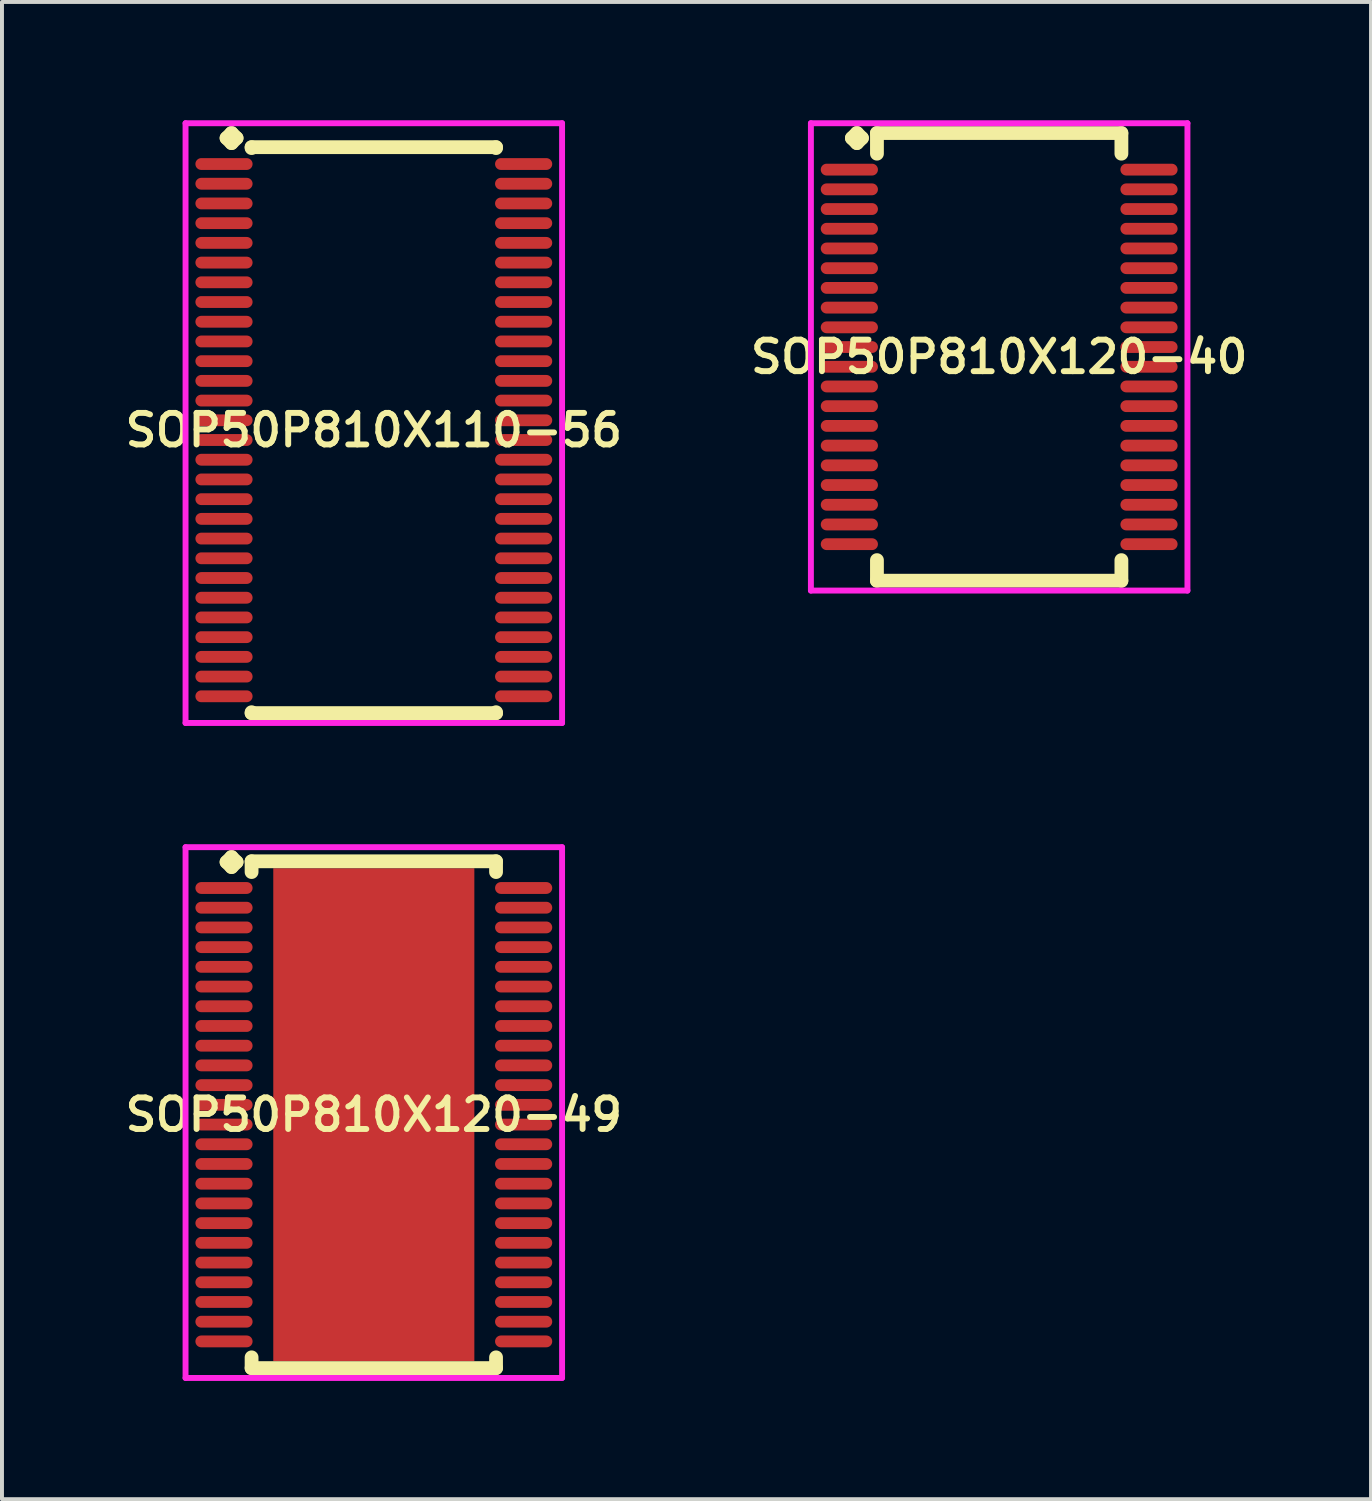
<source format=kicad_pcb>
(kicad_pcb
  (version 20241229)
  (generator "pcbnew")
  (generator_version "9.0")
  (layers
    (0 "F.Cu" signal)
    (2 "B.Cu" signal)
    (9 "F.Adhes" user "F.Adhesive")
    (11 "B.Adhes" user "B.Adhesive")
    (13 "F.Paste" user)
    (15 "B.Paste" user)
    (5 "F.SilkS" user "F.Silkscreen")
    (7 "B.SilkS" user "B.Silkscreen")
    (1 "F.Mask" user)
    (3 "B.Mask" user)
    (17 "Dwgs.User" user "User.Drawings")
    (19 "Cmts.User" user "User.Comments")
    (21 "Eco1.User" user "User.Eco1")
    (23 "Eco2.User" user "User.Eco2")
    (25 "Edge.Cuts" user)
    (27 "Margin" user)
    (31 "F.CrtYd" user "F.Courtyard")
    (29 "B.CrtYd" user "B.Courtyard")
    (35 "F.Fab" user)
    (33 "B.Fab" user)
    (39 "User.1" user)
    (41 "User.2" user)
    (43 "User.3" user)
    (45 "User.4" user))
  (footprint "SOP50P810X110-56"
    (layer "F.Cu")
    (at 6.431 7.86)
    (property "Reference" "SOP50P810X110-56" (at 0 0 0) (layer "F.SilkS") (effects (font (size 0.8 0.8) (thickness 0.15))))
    (attr smd)
    (fp_line (start -3.735 -7.408) (end -3.608 -7.535) (stroke (width 0.35) (type solid)) (layer "F.SilkS"))
    (fp_line (start -3.608 -7.535) (end -3.481 -7.408) (stroke (width 0.35) (type solid)) (layer "F.SilkS"))
    (fp_line (start -3.608 -7.281) (end -3.735 -7.408) (stroke (width 0.35) (type solid)) (layer "F.SilkS"))
    (fp_line (start -3.481 -7.408) (end -3.608 -7.281) (stroke (width 0.35) (type solid)) (layer "F.SilkS"))
    (fp_line (start -3.1 -7.177) (end 3.1 -7.177) (stroke (width 0.35) (type solid)) (layer "F.SilkS"))
    (fp_line (start -3.1 -7.154) (end -3.1 -7.177) (stroke (width 0.35) (type solid)) (layer "F.SilkS"))
    (fp_line (start -3.1 7.154) (end -3.1 7.177) (stroke (width 0.35) (type solid)) (layer "F.SilkS"))
    (fp_line (start -3.1 7.177) (end 3.1 7.177) (stroke (width 0.35) (type solid)) (layer "F.SilkS"))
    (fp_line (start 3.1 -7.177) (end 3.1 -7.154) (stroke (width 0.35) (type solid)) (layer "F.SilkS"))
    (fp_line (start 3.1 7.177) (end 3.1 7.154) (stroke (width 0.35) (type solid)) (layer "F.SilkS"))
    (fp_line (start -4.775 -7.785) (end 4.775 -7.785) (stroke (width 0.15) (type solid)) (layer "F.CrtYd"))
    (fp_line (start -4.775 7.427) (end -4.775 -7.785) (stroke (width 0.15) (type solid)) (layer "F.CrtYd"))
    (fp_line (start 4.775 -7.785) (end 4.775 7.427) (stroke (width 0.15) (type solid)) (layer "F.CrtYd"))
    (fp_line (start 4.775 7.427) (end -4.775 7.427) (stroke (width 0.15) (type solid)) (layer "F.CrtYd"))
    (pad "1" smd oval (at -3.8 -6.75) (size 1.45 0.3) (layers "F.Cu" "F.Mask" "F.Paste"))
    (pad "2" smd oval (at -3.8 -6.25) (size 1.45 0.3) (layers "F.Cu" "F.Mask" "F.Paste"))
    (pad "3" smd oval (at -3.8 -5.75) (size 1.45 0.3) (layers "F.Cu" "F.Mask" "F.Paste"))
    (pad "4" smd oval (at -3.8 -5.25) (size 1.45 0.3) (layers "F.Cu" "F.Mask" "F.Paste"))
    (pad "5" smd oval (at -3.8 -4.75) (size 1.45 0.3) (layers "F.Cu" "F.Mask" "F.Paste"))
    (pad "6" smd oval (at -3.8 -4.25) (size 1.45 0.3) (layers "F.Cu" "F.Mask" "F.Paste"))
    (pad "7" smd oval (at -3.8 -3.75) (size 1.45 0.3) (layers "F.Cu" "F.Mask" "F.Paste"))
    (pad "8" smd oval (at -3.8 -3.25) (size 1.45 0.3) (layers "F.Cu" "F.Mask" "F.Paste"))
    (pad "9" smd oval (at -3.8 -2.75) (size 1.45 0.3) (layers "F.Cu" "F.Mask" "F.Paste"))
    (pad "10" smd oval (at -3.8 -2.25) (size 1.45 0.3) (layers "F.Cu" "F.Mask" "F.Paste"))
    (pad "11" smd oval (at -3.8 -1.75) (size 1.45 0.3) (layers "F.Cu" "F.Mask" "F.Paste"))
    (pad "12" smd oval (at -3.8 -1.25) (size 1.45 0.3) (layers "F.Cu" "F.Mask" "F.Paste"))
    (pad "13" smd oval (at -3.8 -0.75) (size 1.45 0.3) (layers "F.Cu" "F.Mask" "F.Paste"))
    (pad "14" smd oval (at -3.8 -0.25) (size 1.45 0.3) (layers "F.Cu" "F.Mask" "F.Paste"))
    (pad "15" smd oval (at -3.8 0.25) (size 1.45 0.3) (layers "F.Cu" "F.Mask" "F.Paste"))
    (pad "16" smd oval (at -3.8 0.75) (size 1.45 0.3) (layers "F.Cu" "F.Mask" "F.Paste"))
    (pad "17" smd oval (at -3.8 1.25) (size 1.45 0.3) (layers "F.Cu" "F.Mask" "F.Paste"))
    (pad "18" smd oval (at -3.8 1.75) (size 1.45 0.3) (layers "F.Cu" "F.Mask" "F.Paste"))
    (pad "19" smd oval (at -3.8 2.25) (size 1.45 0.3) (layers "F.Cu" "F.Mask" "F.Paste"))
    (pad "20" smd oval (at -3.8 2.75) (size 1.45 0.3) (layers "F.Cu" "F.Mask" "F.Paste"))
    (pad "21" smd oval (at -3.8 3.25) (size 1.45 0.3) (layers "F.Cu" "F.Mask" "F.Paste"))
    (pad "22" smd oval (at -3.8 3.75) (size 1.45 0.3) (layers "F.Cu" "F.Mask" "F.Paste"))
    (pad "23" smd oval (at -3.8 4.25) (size 1.45 0.3) (layers "F.Cu" "F.Mask" "F.Paste"))
    (pad "24" smd oval (at -3.8 4.75) (size 1.45 0.3) (layers "F.Cu" "F.Mask" "F.Paste"))
    (pad "25" smd oval (at -3.8 5.25) (size 1.45 0.3) (layers "F.Cu" "F.Mask" "F.Paste"))
    (pad "26" smd oval (at -3.8 5.75) (size 1.45 0.3) (layers "F.Cu" "F.Mask" "F.Paste"))
    (pad "27" smd oval (at -3.8 6.25) (size 1.45 0.3) (layers "F.Cu" "F.Mask" "F.Paste"))
    (pad "28" smd oval (at -3.8 6.75) (size 1.45 0.3) (layers "F.Cu" "F.Mask" "F.Paste"))
    (pad "29" smd oval (at 3.8 6.75) (size 1.45 0.3) (layers "F.Cu" "F.Mask" "F.Paste"))
    (pad "30" smd oval (at 3.8 6.25) (size 1.45 0.3) (layers "F.Cu" "F.Mask" "F.Paste"))
    (pad "31" smd oval (at 3.8 5.75) (size 1.45 0.3) (layers "F.Cu" "F.Mask" "F.Paste"))
    (pad "32" smd oval (at 3.8 5.25) (size 1.45 0.3) (layers "F.Cu" "F.Mask" "F.Paste"))
    (pad "33" smd oval (at 3.8 4.75) (size 1.45 0.3) (layers "F.Cu" "F.Mask" "F.Paste"))
    (pad "34" smd oval (at 3.8 4.25) (size 1.45 0.3) (layers "F.Cu" "F.Mask" "F.Paste"))
    (pad "35" smd oval (at 3.8 3.75) (size 1.45 0.3) (layers "F.Cu" "F.Mask" "F.Paste"))
    (pad "36" smd oval (at 3.8 3.25) (size 1.45 0.3) (layers "F.Cu" "F.Mask" "F.Paste"))
    (pad "37" smd oval (at 3.8 2.75) (size 1.45 0.3) (layers "F.Cu" "F.Mask" "F.Paste"))
    (pad "38" smd oval (at 3.8 2.25) (size 1.45 0.3) (layers "F.Cu" "F.Mask" "F.Paste"))
    (pad "39" smd oval (at 3.8 1.75) (size 1.45 0.3) (layers "F.Cu" "F.Mask" "F.Paste"))
    (pad "40" smd oval (at 3.8 1.25) (size 1.45 0.3) (layers "F.Cu" "F.Mask" "F.Paste"))
    (pad "41" smd oval (at 3.8 0.75) (size 1.45 0.3) (layers "F.Cu" "F.Mask" "F.Paste"))
    (pad "42" smd oval (at 3.8 0.25) (size 1.45 0.3) (layers "F.Cu" "F.Mask" "F.Paste"))
    (pad "43" smd oval (at 3.8 -0.25) (size 1.45 0.3) (layers "F.Cu" "F.Mask" "F.Paste"))
    (pad "44" smd oval (at 3.8 -0.75) (size 1.45 0.3) (layers "F.Cu" "F.Mask" "F.Paste"))
    (pad "45" smd oval (at 3.8 -1.25) (size 1.45 0.3) (layers "F.Cu" "F.Mask" "F.Paste"))
    (pad "46" smd oval (at 3.8 -1.75) (size 1.45 0.3) (layers "F.Cu" "F.Mask" "F.Paste"))
    (pad "47" smd oval (at 3.8 -2.25) (size 1.45 0.3) (layers "F.Cu" "F.Mask" "F.Paste"))
    (pad "48" smd oval (at 3.8 -2.75) (size 1.45 0.3) (layers "F.Cu" "F.Mask" "F.Paste"))
    (pad "49" smd oval (at 3.8 -3.25) (size 1.45 0.3) (layers "F.Cu" "F.Mask" "F.Paste"))
    (pad "50" smd oval (at 3.8 -3.75) (size 1.45 0.3) (layers "F.Cu" "F.Mask" "F.Paste"))
    (pad "51" smd oval (at 3.8 -4.25) (size 1.45 0.3) (layers "F.Cu" "F.Mask" "F.Paste"))
    (pad "52" smd oval (at 3.8 -4.75) (size 1.45 0.3) (layers "F.Cu" "F.Mask" "F.Paste"))
    (pad "53" smd oval (at 3.8 -5.25) (size 1.45 0.3) (layers "F.Cu" "F.Mask" "F.Paste"))
    (pad "54" smd oval (at 3.8 -5.75) (size 1.45 0.3) (layers "F.Cu" "F.Mask" "F.Paste"))
    (pad "55" smd oval (at 3.8 -6.25) (size 1.45 0.3) (layers "F.Cu" "F.Mask" "F.Paste"))
    (pad "56" smd oval (at 3.8 -6.75) (size 1.45 0.3) (layers "F.Cu" "F.Mask" "F.Paste")))
  (footprint "SOP50P810X120-49"
    (layer "F.Cu")
    (at 6.431 25.222)
    (property "Reference" "SOP50P810X120-49" (at 0 0 0) (layer "F.SilkS") (effects (font (size 0.8 0.8) (thickness 0.15))))
    (attr smd)
    (fp_line (start -3.735 -6.408) (end -3.608 -6.535) (stroke (width 0.35) (type solid)) (layer "F.SilkS"))
    (fp_line (start -3.608 -6.535) (end -3.481 -6.408) (stroke (width 0.35) (type solid)) (layer "F.SilkS"))
    (fp_line (start -3.608 -6.281) (end -3.735 -6.408) (stroke (width 0.35) (type solid)) (layer "F.SilkS"))
    (fp_line (start -3.481 -6.408) (end -3.608 -6.281) (stroke (width 0.35) (type solid)) (layer "F.SilkS"))
    (fp_line (start -3.1 -6.427) (end 3.1 -6.427) (stroke (width 0.35) (type solid)) (layer "F.SilkS"))
    (fp_line (start -3.1 -6.154) (end -3.1 -6.427) (stroke (width 0.35) (type solid)) (layer "F.SilkS"))
    (fp_line (start -3.1 6.154) (end -3.1 6.427) (stroke (width 0.35) (type solid)) (layer "F.SilkS"))
    (fp_line (start -3.1 6.427) (end 3.1 6.427) (stroke (width 0.35) (type solid)) (layer "F.SilkS"))
    (fp_line (start 3.1 -6.427) (end 3.1 -6.154) (stroke (width 0.35) (type solid)) (layer "F.SilkS"))
    (fp_line (start 3.1 6.427) (end 3.1 6.154) (stroke (width 0.35) (type solid)) (layer "F.SilkS"))
    (fp_line (start -4.775 -6.785) (end 4.775 -6.785) (stroke (width 0.15) (type solid)) (layer "F.CrtYd"))
    (fp_line (start -4.775 6.677) (end -4.775 -6.785) (stroke (width 0.15) (type solid)) (layer "F.CrtYd"))
    (fp_line (start 4.775 -6.785) (end 4.775 6.677) (stroke (width 0.15) (type solid)) (layer "F.CrtYd"))
    (fp_line (start 4.775 6.677) (end -4.775 6.677) (stroke (width 0.15) (type solid)) (layer "F.CrtYd"))
    (pad "1" smd oval (at -3.8 -5.75) (size 1.45 0.3) (layers "F.Cu" "F.Mask" "F.Paste"))
    (pad "2" smd oval (at -3.8 -5.25) (size 1.45 0.3) (layers "F.Cu" "F.Mask" "F.Paste"))
    (pad "3" smd oval (at -3.8 -4.75) (size 1.45 0.3) (layers "F.Cu" "F.Mask" "F.Paste"))
    (pad "4" smd oval (at -3.8 -4.25) (size 1.45 0.3) (layers "F.Cu" "F.Mask" "F.Paste"))
    (pad "5" smd oval (at -3.8 -3.75) (size 1.45 0.3) (layers "F.Cu" "F.Mask" "F.Paste"))
    (pad "6" smd oval (at -3.8 -3.25) (size 1.45 0.3) (layers "F.Cu" "F.Mask" "F.Paste"))
    (pad "7" smd oval (at -3.8 -2.75) (size 1.45 0.3) (layers "F.Cu" "F.Mask" "F.Paste"))
    (pad "8" smd oval (at -3.8 -2.25) (size 1.45 0.3) (layers "F.Cu" "F.Mask" "F.Paste"))
    (pad "9" smd oval (at -3.8 -1.75) (size 1.45 0.3) (layers "F.Cu" "F.Mask" "F.Paste"))
    (pad "10" smd oval (at -3.8 -1.25) (size 1.45 0.3) (layers "F.Cu" "F.Mask" "F.Paste"))
    (pad "11" smd oval (at -3.8 -0.75) (size 1.45 0.3) (layers "F.Cu" "F.Mask" "F.Paste"))
    (pad "12" smd oval (at -3.8 -0.25) (size 1.45 0.3) (layers "F.Cu" "F.Mask" "F.Paste"))
    (pad "13" smd oval (at -3.8 0.25) (size 1.45 0.3) (layers "F.Cu" "F.Mask" "F.Paste"))
    (pad "14" smd oval (at -3.8 0.75) (size 1.45 0.3) (layers "F.Cu" "F.Mask" "F.Paste"))
    (pad "15" smd oval (at -3.8 1.25) (size 1.45 0.3) (layers "F.Cu" "F.Mask" "F.Paste"))
    (pad "16" smd oval (at -3.8 1.75) (size 1.45 0.3) (layers "F.Cu" "F.Mask" "F.Paste"))
    (pad "17" smd oval (at -3.8 2.25) (size 1.45 0.3) (layers "F.Cu" "F.Mask" "F.Paste"))
    (pad "18" smd oval (at -3.8 2.75) (size 1.45 0.3) (layers "F.Cu" "F.Mask" "F.Paste"))
    (pad "19" smd oval (at -3.8 3.25) (size 1.45 0.3) (layers "F.Cu" "F.Mask" "F.Paste"))
    (pad "20" smd oval (at -3.8 3.75) (size 1.45 0.3) (layers "F.Cu" "F.Mask" "F.Paste"))
    (pad "21" smd oval (at -3.8 4.25) (size 1.45 0.3) (layers "F.Cu" "F.Mask" "F.Paste"))
    (pad "22" smd oval (at -3.8 4.75) (size 1.45 0.3) (layers "F.Cu" "F.Mask" "F.Paste"))
    (pad "23" smd oval (at -3.8 5.25) (size 1.45 0.3) (layers "F.Cu" "F.Mask" "F.Paste"))
    (pad "24" smd oval (at -3.8 5.75) (size 1.45 0.3) (layers "F.Cu" "F.Mask" "F.Paste"))
    (pad "25" smd oval (at 3.8 5.75) (size 1.45 0.3) (layers "F.Cu" "F.Mask" "F.Paste"))
    (pad "26" smd oval (at 3.8 5.25) (size 1.45 0.3) (layers "F.Cu" "F.Mask" "F.Paste"))
    (pad "27" smd oval (at 3.8 4.75) (size 1.45 0.3) (layers "F.Cu" "F.Mask" "F.Paste"))
    (pad "28" smd oval (at 3.8 4.25) (size 1.45 0.3) (layers "F.Cu" "F.Mask" "F.Paste"))
    (pad "29" smd oval (at 3.8 3.75) (size 1.45 0.3) (layers "F.Cu" "F.Mask" "F.Paste"))
    (pad "30" smd oval (at 3.8 3.25) (size 1.45 0.3) (layers "F.Cu" "F.Mask" "F.Paste"))
    (pad "31" smd oval (at 3.8 2.75) (size 1.45 0.3) (layers "F.Cu" "F.Mask" "F.Paste"))
    (pad "32" smd oval (at 3.8 2.25) (size 1.45 0.3) (layers "F.Cu" "F.Mask" "F.Paste"))
    (pad "33" smd oval (at 3.8 1.75) (size 1.45 0.3) (layers "F.Cu" "F.Mask" "F.Paste"))
    (pad "34" smd oval (at 3.8 1.25) (size 1.45 0.3) (layers "F.Cu" "F.Mask" "F.Paste"))
    (pad "35" smd oval (at 3.8 0.75) (size 1.45 0.3) (layers "F.Cu" "F.Mask" "F.Paste"))
    (pad "36" smd oval (at 3.8 0.25) (size 1.45 0.3) (layers "F.Cu" "F.Mask" "F.Paste"))
    (pad "37" smd oval (at 3.8 -0.25) (size 1.45 0.3) (layers "F.Cu" "F.Mask" "F.Paste"))
    (pad "38" smd oval (at 3.8 -0.75) (size 1.45 0.3) (layers "F.Cu" "F.Mask" "F.Paste"))
    (pad "39" smd oval (at 3.8 -1.25) (size 1.45 0.3) (layers "F.Cu" "F.Mask" "F.Paste"))
    (pad "40" smd oval (at 3.8 -1.75) (size 1.45 0.3) (layers "F.Cu" "F.Mask" "F.Paste"))
    (pad "41" smd oval (at 3.8 -2.25) (size 1.45 0.3) (layers "F.Cu" "F.Mask" "F.Paste"))
    (pad "42" smd oval (at 3.8 -2.75) (size 1.45 0.3) (layers "F.Cu" "F.Mask" "F.Paste"))
    (pad "43" smd oval (at 3.8 -3.25) (size 1.45 0.3) (layers "F.Cu" "F.Mask" "F.Paste"))
    (pad "44" smd oval (at 3.8 -3.75) (size 1.45 0.3) (layers "F.Cu" "F.Mask" "F.Paste"))
    (pad "45" smd oval (at 3.8 -4.25) (size 1.45 0.3) (layers "F.Cu" "F.Mask" "F.Paste"))
    (pad "46" smd oval (at 3.8 -4.75) (size 1.45 0.3) (layers "F.Cu" "F.Mask" "F.Paste"))
    (pad "47" smd oval (at 3.8 -5.25) (size 1.45 0.3) (layers "F.Cu" "F.Mask" "F.Paste"))
    (pad "48" smd oval (at 3.8 -5.75) (size 1.45 0.3) (layers "F.Cu" "F.Mask" "F.Paste"))
    (pad "49" smd rect (at 0 0) (size 5.1 12.5) (layers "F.Cu" "F.Mask" "F.Paste")))
  (footprint "SOP50P810X120-40"
    (layer "F.Cu")
    (at 22.292 6.002)
    (property "Reference" "SOP50P810X120-40" (at 0 0 0) (layer "F.SilkS") (effects (font (size 0.8 0.8) (thickness 0.15))))
    (attr smd)
    (fp_line (start -3.735 -5.55) (end -3.608 -5.677) (stroke (width 0.35) (type solid)) (layer "F.SilkS"))
    (fp_line (start -3.608 -5.677) (end -3.481 -5.55) (stroke (width 0.35) (type solid)) (layer "F.SilkS"))
    (fp_line (start -3.608 -5.423) (end -3.735 -5.55) (stroke (width 0.35) (type solid)) (layer "F.SilkS"))
    (fp_line (start -3.481 -5.55) (end -3.608 -5.423) (stroke (width 0.35) (type solid)) (layer "F.SilkS"))
    (fp_line (start -3.1 -5.677) (end 3.1 -5.677) (stroke (width 0.35) (type solid)) (layer "F.SilkS"))
    (fp_line (start -3.1 -5.154) (end -3.1 -5.677) (stroke (width 0.35) (type solid)) (layer "F.SilkS"))
    (fp_line (start -3.1 5.154) (end -3.1 5.677) (stroke (width 0.35) (type solid)) (layer "F.SilkS"))
    (fp_line (start -3.1 5.677) (end 3.1 5.677) (stroke (width 0.35) (type solid)) (layer "F.SilkS"))
    (fp_line (start 3.1 -5.677) (end 3.1 -5.154) (stroke (width 0.35) (type solid)) (layer "F.SilkS"))
    (fp_line (start 3.1 5.677) (end 3.1 5.154) (stroke (width 0.35) (type solid)) (layer "F.SilkS"))
    (fp_line (start -4.775 -5.927) (end 4.775 -5.927) (stroke (width 0.15) (type solid)) (layer "F.CrtYd"))
    (fp_line (start -4.775 5.927) (end -4.775 -5.927) (stroke (width 0.15) (type solid)) (layer "F.CrtYd"))
    (fp_line (start 4.775 -5.927) (end 4.775 5.927) (stroke (width 0.15) (type solid)) (layer "F.CrtYd"))
    (fp_line (start 4.775 5.927) (end -4.775 5.927) (stroke (width 0.15) (type solid)) (layer "F.CrtYd"))
    (pad "1" smd oval (at -3.8 -4.75) (size 1.45 0.3) (layers "F.Cu" "F.Mask" "F.Paste"))
    (pad "2" smd oval (at -3.8 -4.25) (size 1.45 0.3) (layers "F.Cu" "F.Mask" "F.Paste"))
    (pad "3" smd oval (at -3.8 -3.75) (size 1.45 0.3) (layers "F.Cu" "F.Mask" "F.Paste"))
    (pad "4" smd oval (at -3.8 -3.25) (size 1.45 0.3) (layers "F.Cu" "F.Mask" "F.Paste"))
    (pad "5" smd oval (at -3.8 -2.75) (size 1.45 0.3) (layers "F.Cu" "F.Mask" "F.Paste"))
    (pad "6" smd oval (at -3.8 -2.25) (size 1.45 0.3) (layers "F.Cu" "F.Mask" "F.Paste"))
    (pad "7" smd oval (at -3.8 -1.75) (size 1.45 0.3) (layers "F.Cu" "F.Mask" "F.Paste"))
    (pad "8" smd oval (at -3.8 -1.25) (size 1.45 0.3) (layers "F.Cu" "F.Mask" "F.Paste"))
    (pad "9" smd oval (at -3.8 -0.75) (size 1.45 0.3) (layers "F.Cu" "F.Mask" "F.Paste"))
    (pad "10" smd oval (at -3.8 -0.25) (size 1.45 0.3) (layers "F.Cu" "F.Mask" "F.Paste"))
    (pad "11" smd oval (at -3.8 0.25) (size 1.45 0.3) (layers "F.Cu" "F.Mask" "F.Paste"))
    (pad "12" smd oval (at -3.8 0.75) (size 1.45 0.3) (layers "F.Cu" "F.Mask" "F.Paste"))
    (pad "13" smd oval (at -3.8 1.25) (size 1.45 0.3) (layers "F.Cu" "F.Mask" "F.Paste"))
    (pad "14" smd oval (at -3.8 1.75) (size 1.45 0.3) (layers "F.Cu" "F.Mask" "F.Paste"))
    (pad "15" smd oval (at -3.8 2.25) (size 1.45 0.3) (layers "F.Cu" "F.Mask" "F.Paste"))
    (pad "16" smd oval (at -3.8 2.75) (size 1.45 0.3) (layers "F.Cu" "F.Mask" "F.Paste"))
    (pad "17" smd oval (at -3.8 3.25) (size 1.45 0.3) (layers "F.Cu" "F.Mask" "F.Paste"))
    (pad "18" smd oval (at -3.8 3.75) (size 1.45 0.3) (layers "F.Cu" "F.Mask" "F.Paste"))
    (pad "19" smd oval (at -3.8 4.25) (size 1.45 0.3) (layers "F.Cu" "F.Mask" "F.Paste"))
    (pad "20" smd oval (at -3.8 4.75) (size 1.45 0.3) (layers "F.Cu" "F.Mask" "F.Paste"))
    (pad "21" smd oval (at 3.8 4.75) (size 1.45 0.3) (layers "F.Cu" "F.Mask" "F.Paste"))
    (pad "22" smd oval (at 3.8 4.25) (size 1.45 0.3) (layers "F.Cu" "F.Mask" "F.Paste"))
    (pad "23" smd oval (at 3.8 3.75) (size 1.45 0.3) (layers "F.Cu" "F.Mask" "F.Paste"))
    (pad "24" smd oval (at 3.8 3.25) (size 1.45 0.3) (layers "F.Cu" "F.Mask" "F.Paste"))
    (pad "25" smd oval (at 3.8 2.75) (size 1.45 0.3) (layers "F.Cu" "F.Mask" "F.Paste"))
    (pad "26" smd oval (at 3.8 2.25) (size 1.45 0.3) (layers "F.Cu" "F.Mask" "F.Paste"))
    (pad "27" smd oval (at 3.8 1.75) (size 1.45 0.3) (layers "F.Cu" "F.Mask" "F.Paste"))
    (pad "28" smd oval (at 3.8 1.25) (size 1.45 0.3) (layers "F.Cu" "F.Mask" "F.Paste"))
    (pad "29" smd oval (at 3.8 0.75) (size 1.45 0.3) (layers "F.Cu" "F.Mask" "F.Paste"))
    (pad "30" smd oval (at 3.8 0.25) (size 1.45 0.3) (layers "F.Cu" "F.Mask" "F.Paste"))
    (pad "31" smd oval (at 3.8 -0.25) (size 1.45 0.3) (layers "F.Cu" "F.Mask" "F.Paste"))
    (pad "32" smd oval (at 3.8 -0.75) (size 1.45 0.3) (layers "F.Cu" "F.Mask" "F.Paste"))
    (pad "33" smd oval (at 3.8 -1.25) (size 1.45 0.3) (layers "F.Cu" "F.Mask" "F.Paste"))
    (pad "34" smd oval (at 3.8 -1.75) (size 1.45 0.3) (layers "F.Cu" "F.Mask" "F.Paste"))
    (pad "35" smd oval (at 3.8 -2.25) (size 1.45 0.3) (layers "F.Cu" "F.Mask" "F.Paste"))
    (pad "36" smd oval (at 3.8 -2.75) (size 1.45 0.3) (layers "F.Cu" "F.Mask" "F.Paste"))
    (pad "37" smd oval (at 3.8 -3.25) (size 1.45 0.3) (layers "F.Cu" "F.Mask" "F.Paste"))
    (pad "38" smd oval (at 3.8 -3.75) (size 1.45 0.3) (layers "F.Cu" "F.Mask" "F.Paste"))
    (pad "39" smd oval (at 3.8 -4.25) (size 1.45 0.3) (layers "F.Cu" "F.Mask" "F.Paste"))
    (pad "40" smd oval (at 3.8 -4.75) (size 1.45 0.3) (layers "F.Cu" "F.Mask" "F.Paste")))
  (gr_rect
    (start -3 -3)
    (end 31.723 34.974)
    (stroke (width 0.1) (type default))
    (fill no)
    (layer "Edge.Cuts")))
</source>
